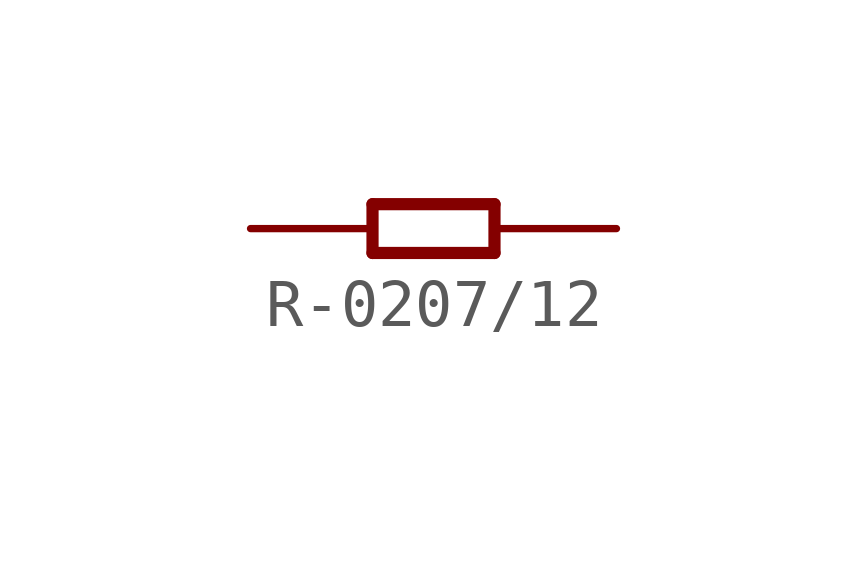
<source format=kicad_sym>
(kicad_symbol_lib
  (version 20220914)
  (generator kicad_symbol_editor)
  (symbol "R-0207/12"
    (property "Reference" "R"
      (at -3.81 0 0)
      (effects (font (size 1.27 1.079)) (justify left bottom) hide))
    (property "ki_locked" ""
      (at 0 0 0)
      (effects (font (size 1.27 1.27))))
    (symbol "R-0207/12_1_0"
      (polyline (pts (xy -1.27 -0.508) (xy -1.27 0.508)) (stroke (width 0.254) (type solid)) (fill (type none)))
      (polyline (pts (xy -1.27 0.508) (xy 1.27 0.508)) (stroke (width 0.254) (type solid)) (fill (type none)))
      (polyline (pts (xy 1.27 -0.508) (xy -1.27 -0.508)) (stroke (width 0.254) (type solid)) (fill (type none)))
      (polyline (pts (xy 1.27 0.508) (xy 1.27 -0.508)) (stroke (width 0.254) (type solid)) (fill (type none)))
      (pin passive line (at -3.81 0 0) (length 2.54) (name "1" (effects (font (size 0 0)))) (number "1" (effects (font (size 0 0)))))
      (pin passive line (at 3.81 0 180) (length 2.54) (name "2" (effects (font (size 0 0)))) (number "2" (effects (font (size 0 0))))))))
</source>
